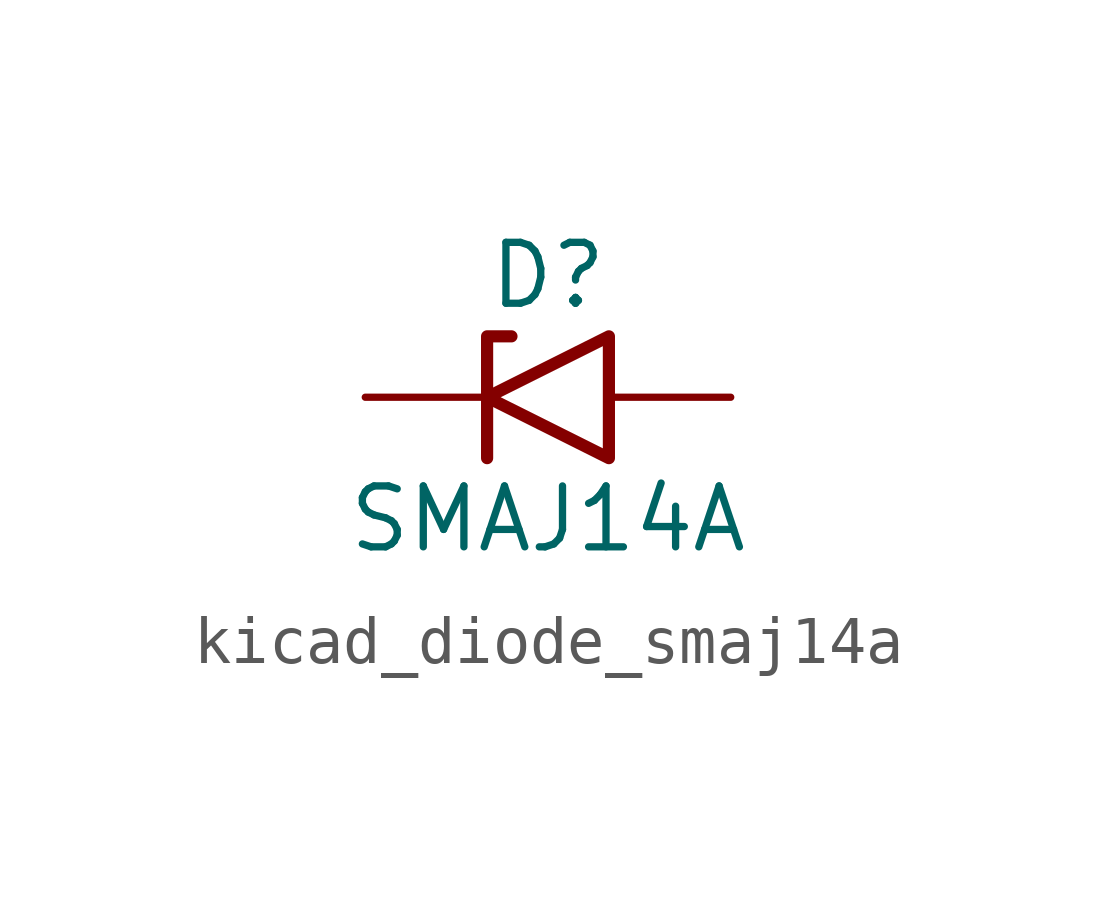
<source format=kicad_sym>
(kicad_symbol_lib
  (version 20220914)
  (generator kicad_symbol_editor)
  (symbol "kicad_diode_smaj14a"
    (pin_numbers hide)
    (pin_names
      (offset 1.016) hide)
    (property "Reference" "D"
      (at 0 2.54 0)
      (effects (font (size 1.27 1.27))))
    (property "Value" "SMAJ14A"
      (at 0 -2.54 0)
      (effects (font (size 1.27 1.27))))
    (symbol "kicad_diode_smaj14a_0_1"
      (polyline (pts (xy -0.762 1.27) (xy -1.27 1.27) (xy -1.27 -1.27)) (stroke (width 0.254) (type default)) (fill (type none)))
      (polyline (pts (xy 1.27 1.27) (xy 1.27 -1.27) (xy -1.27 0) (xy 1.27 1.27)) (stroke (width 0.254) (type default)) (fill (type none))))
    (symbol "kicad_diode_smaj14a_1_1"
      (pin passive line (at -3.81 0 0) (length 2.54) (name "A1" (effects (font (size 1.27 1.27)))) (number "1" (effects (font (size 1.27 1.27)))))
      (pin passive line (at 3.81 0 180) (length 2.54) (name "A2" (effects (font (size 1.27 1.27)))) (number "2" (effects (font (size 1.27 1.27))))))))
</source>
